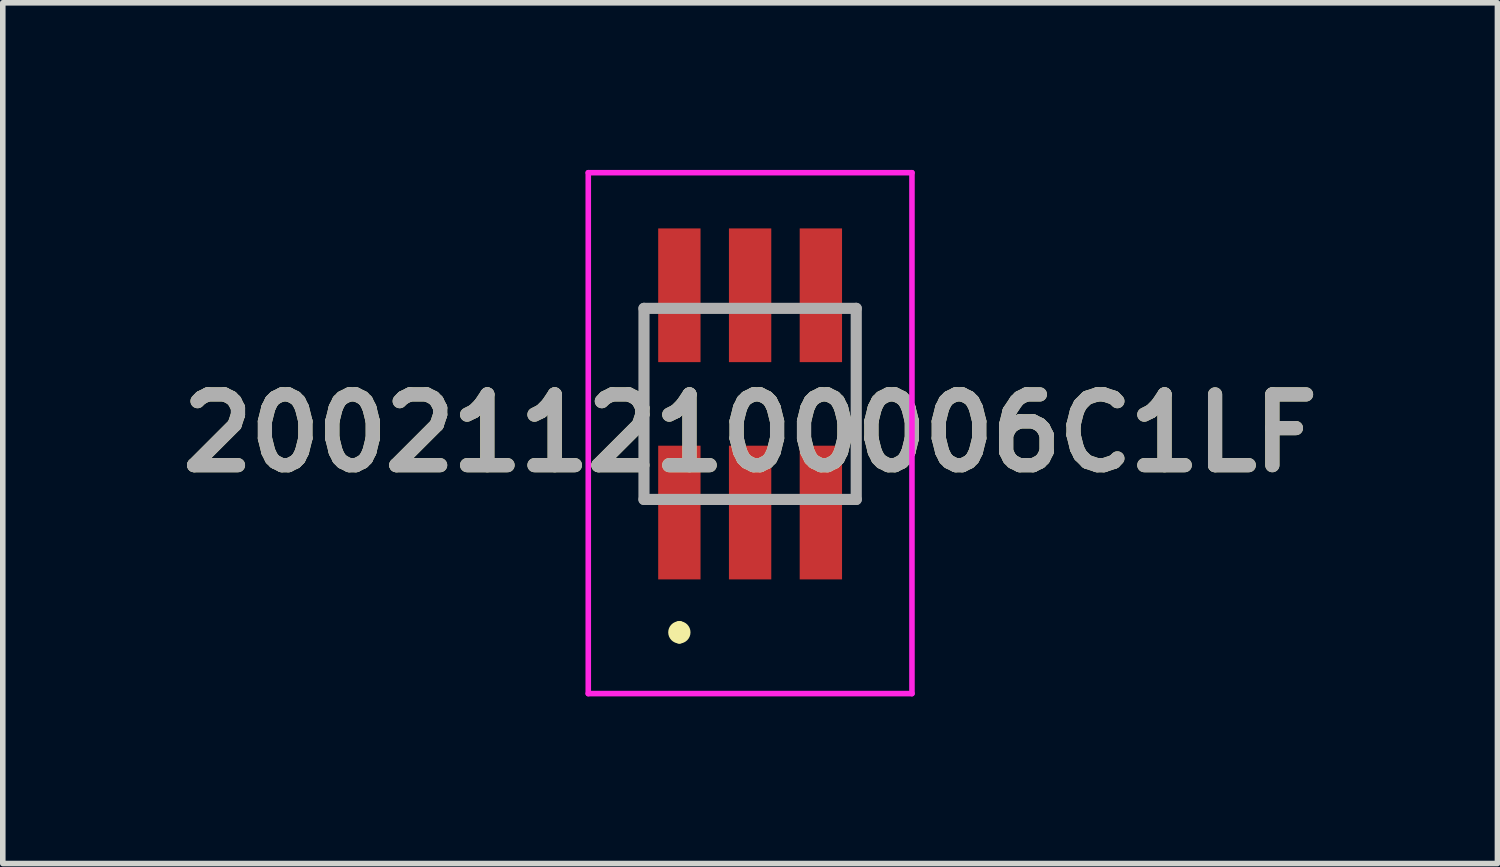
<source format=kicad_pcb>
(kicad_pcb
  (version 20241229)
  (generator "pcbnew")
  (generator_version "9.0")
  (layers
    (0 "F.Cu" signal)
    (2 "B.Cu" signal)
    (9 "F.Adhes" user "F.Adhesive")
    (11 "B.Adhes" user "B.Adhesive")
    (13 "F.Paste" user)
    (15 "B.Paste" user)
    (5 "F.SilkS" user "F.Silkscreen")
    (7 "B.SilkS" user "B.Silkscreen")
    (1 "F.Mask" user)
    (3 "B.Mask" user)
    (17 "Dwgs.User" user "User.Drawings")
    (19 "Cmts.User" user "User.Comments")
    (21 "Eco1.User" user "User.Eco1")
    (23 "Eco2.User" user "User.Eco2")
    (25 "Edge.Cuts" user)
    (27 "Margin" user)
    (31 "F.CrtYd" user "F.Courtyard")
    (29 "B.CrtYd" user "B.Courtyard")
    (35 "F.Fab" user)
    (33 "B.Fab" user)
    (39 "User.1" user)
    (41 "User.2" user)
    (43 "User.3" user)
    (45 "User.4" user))
  (footprint "2002112100006C1LF"
    (layer "F.Cu")
    (at 10.414 4.2)
    (property "Reference" "2002112100006C1LF" (at 0 0.525 0) (layer "F.SilkS") (effects (font (size 1.27 1.27) (thickness 0.254))))
    (attr smd)
    (fp_line (start -1.905 -1.715) (end -1.905 1.715) (stroke (width 0.1) (type solid)) (layer "F.SilkS"))
    (fp_line (start -1.27 4) (end -1.27 4) (stroke (width 0.2) (type solid)) (layer "F.SilkS"))
    (fp_line (start -1.27 4.2) (end -1.27 4.2) (stroke (width 0.2) (type solid)) (layer "F.SilkS"))
    (fp_line (start 1.905 -1.715) (end 1.905 1.715) (stroke (width 0.1) (type solid)) (layer "F.SilkS"))
    (fp_arc (start -1.27 4) (mid -1.17 4.1) (end -1.27 4.2) (stroke (width 0.2) (type solid)) (layer "F.SilkS"))
    (fp_arc (start -1.27 4.2) (mid -1.37 4.1) (end -1.27 4) (stroke (width 0.2) (type solid)) (layer "F.SilkS"))
    (fp_line (start -2.905 -4.15) (end 2.905 -4.15) (stroke (width 0.1) (type solid)) (layer "F.CrtYd"))
    (fp_line (start -2.905 5.2) (end -2.905 -4.15) (stroke (width 0.1) (type solid)) (layer "F.CrtYd"))
    (fp_line (start 2.905 -4.15) (end 2.905 5.2) (stroke (width 0.1) (type solid)) (layer "F.CrtYd"))
    (fp_line (start 2.905 5.2) (end -2.905 5.2) (stroke (width 0.1) (type solid)) (layer "F.CrtYd"))
    (fp_line (start -1.905 -1.715) (end 1.905 -1.715) (stroke (width 0.2) (type solid)) (layer "F.Fab"))
    (fp_line (start -1.905 1.715) (end -1.905 -1.715) (stroke (width 0.2) (type solid)) (layer "F.Fab"))
    (fp_line (start 1.905 -1.715) (end 1.905 1.715) (stroke (width 0.2) (type solid)) (layer "F.Fab"))
    (fp_line (start 1.905 1.715) (end -1.905 1.715) (stroke (width 0.2) (type solid)) (layer "F.Fab"))
    (fp_text user "${REFERENCE}" (at 0 0.525 0) (layer "F.Fab") (effects (font (size 1.27 1.27) (thickness 0.254))))
    (pad "1" smd rect (at -1.27 1.95) (size 0.76 2.4) (layers "F.Cu" "F.Mask" "F.Paste"))
    (pad "2" smd rect (at -1.27 -1.95) (size 0.76 2.4) (layers "F.Cu" "F.Mask" "F.Paste"))
    (pad "3" smd rect (at 0 1.95) (size 0.76 2.4) (layers "F.Cu" "F.Mask" "F.Paste"))
    (pad "4" smd rect (at 0 -1.95) (size 0.76 2.4) (layers "F.Cu" "F.Mask" "F.Paste"))
    (pad "5" smd rect (at 1.27 1.95) (size 0.76 2.4) (layers "F.Cu" "F.Mask" "F.Paste"))
    (pad "6" smd rect (at 1.27 -1.95) (size 0.76 2.4) (layers "F.Cu" "F.Mask" "F.Paste")))
  (gr_rect
    (start -3 -3)
    (end 23.828 12.45)
    (stroke (width 0.1) (type default))
    (fill no)
    (layer "Edge.Cuts")))
</source>
